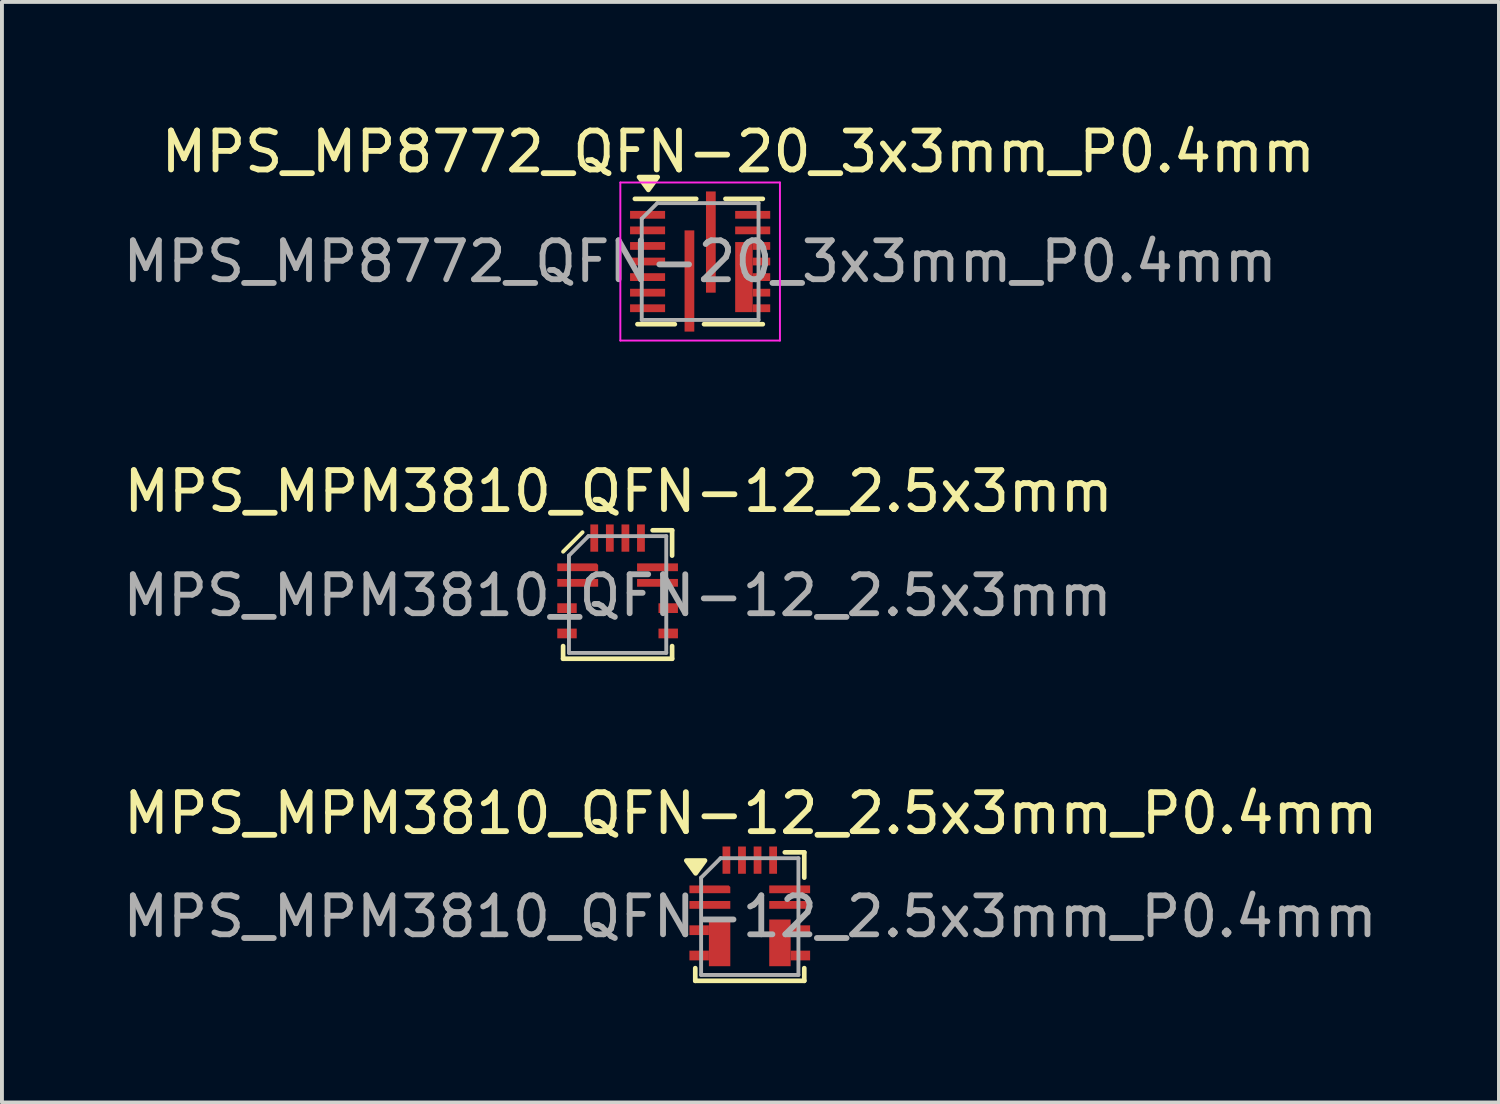
<source format=kicad_pcb>
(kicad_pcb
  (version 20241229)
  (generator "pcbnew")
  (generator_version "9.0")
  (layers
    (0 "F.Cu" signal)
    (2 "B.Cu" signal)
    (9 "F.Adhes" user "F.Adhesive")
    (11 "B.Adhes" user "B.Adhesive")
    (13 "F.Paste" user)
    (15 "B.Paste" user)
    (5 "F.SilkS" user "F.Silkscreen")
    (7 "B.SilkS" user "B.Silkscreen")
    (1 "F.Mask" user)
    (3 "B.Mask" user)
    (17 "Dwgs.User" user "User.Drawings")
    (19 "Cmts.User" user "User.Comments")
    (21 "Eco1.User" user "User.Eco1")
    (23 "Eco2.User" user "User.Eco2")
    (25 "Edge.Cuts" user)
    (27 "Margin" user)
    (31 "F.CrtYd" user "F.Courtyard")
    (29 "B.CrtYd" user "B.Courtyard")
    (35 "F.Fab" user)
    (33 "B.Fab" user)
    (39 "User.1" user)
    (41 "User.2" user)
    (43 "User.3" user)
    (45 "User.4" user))
  (footprint "MPS_MPM3810_QFN-12_2.5x3mm_P0.4mm"
    (layer "F.Cu")
    (at 16.21 20.495)
    (property "Reference" "MPS_MPM3810_QFN-12_2.5x3mm_P0.4mm" (at 0.025 -2.65 0) (unlocked yes) (layer "F.SilkS") (effects (font (size 1 1) (thickness 0.15))))
    (attr smd)
    (fp_poly (pts (xy -1.05 1.275) (xy -0.5 1.275) (xy -0.5 0.075) (xy -1.05 0.075)) (stroke (width 0) (type solid)) (fill yes) (layer "F.Cu"))
    (fp_poly (pts (xy 0.5 0.075) (xy 1.05 0.075) (xy 1.05 1.275) (xy 0.5 1.275)) (stroke (width 0) (type solid)) (fill yes) (layer "F.Cu"))
    (fp_line (start -1.4 1.325) (end -1.4 1.65) (stroke (width 0.12) (type solid)) (layer "F.SilkS"))
    (fp_line (start -1.4 1.65) (end 1.4 1.65) (stroke (width 0.12) (type solid)) (layer "F.SilkS"))
    (fp_line (start 1.4 -1.65) (end 0.9 -1.65) (stroke (width 0.12) (type solid)) (layer "F.SilkS"))
    (fp_line (start 1.4 -1) (end 1.4 -1.65) (stroke (width 0.12) (type solid)) (layer "F.SilkS"))
    (fp_line (start 1.4 1.65) (end 1.4 1.325) (stroke (width 0.12) (type solid)) (layer "F.SilkS"))
    (fp_poly (pts (xy -1.39 -1.11) (xy -1.63 -1.44) (xy -1.15 -1.44) (xy -1.39 -1.11)) (stroke (width 0.12) (type solid)) (fill yes) (layer "F.SilkS"))
    (fp_line (start -1.8 -2.05) (end -1.8 1.75) (stroke (width 0.05) (type default)) (layer "Margin"))
    (fp_line (start -1.8 -2.05) (end 1.8 -2.05) (stroke (width 0.05) (type default)) (layer "Margin"))
    (fp_line (start -1.8 1.75) (end 1.8 1.75) (stroke (width 0.05) (type default)) (layer "Margin"))
    (fp_line (start 1.8 1.75) (end 1.8 -2.05) (stroke (width 0.05) (type default)) (layer "Margin"))
    (fp_line (start -1.25 -1) (end -1.25 1.5) (stroke (width 0.1) (type solid)) (layer "F.Fab"))
    (fp_line (start -1.25 -1) (end -0.75 -1.5) (stroke (width 0.1) (type default)) (layer "F.Fab"))
    (fp_line (start -1.25 1.5) (end 1.25 1.5) (stroke (width 0.1) (type solid)) (layer "F.Fab"))
    (fp_line (start 1.25 -1.5) (end -0.75 -1.5) (stroke (width 0.1) (type solid)) (layer "F.Fab"))
    (fp_line (start 1.25 1.5) (end 1.25 -1.5) (stroke (width 0.1) (type solid)) (layer "F.Fab"))
    (fp_text user "${REFERENCE}" (at 0.01 0 0) (unlocked yes) (layer "F.Fab") (effects (font (size 1 1) (thickness 0.15))))
    (pad "1" smd roundrect (at -1.025 -0.7) (size 1.05 0.2) (layers "F.Cu" "F.Mask" "F.Paste") (roundrect_rratio 0) (chamfer_ratio 0.2) (chamfer top_right))
    (pad "2" smd rect (at -1.025 -0.3) (size 1.05 0.2) (layers "F.Cu" "F.Mask" "F.Paste"))
    (pad "3" smd rect (at -1.3 0.35) (size 0.5 0.25) (layers "F.Cu" "F.Mask" "F.Paste"))
    (pad "4" smd custom (at -1.3 1) (size 0.5 0.25) (layers "F.Cu" "F.Mask" "F.Paste") (options (anchor rect)) (primitives (gr_bbox (start 0.25 -0.925) (end 0.8 0.275) (fill yes))))
    (pad "5" smd custom (at 1.3 1) (size 0.5 0.25) (layers "F.Cu" "F.Mask" "F.Paste") (options (anchor rect)) (primitives (gr_bbox (start -0.8 -0.925) (end -0.25 0.275) (fill yes))))
    (pad "6" smd rect (at 1.3 0.35) (size 0.5 0.25) (layers "F.Cu" "F.Mask" "F.Paste"))
    (pad "7" smd rect (at 1.025 -0.3) (size 1.05 0.2) (layers "F.Cu" "F.Mask" "F.Paste"))
    (pad "8" smd rect (at 1.025 -0.7) (size 1.05 0.2) (layers "F.Cu" "F.Mask" "F.Paste"))
    (pad "9" smd rect (at 0.6 -1.45 90) (size 0.7 0.2) (layers "F.Cu" "F.Mask" "F.Paste"))
    (pad "10" smd rect (at 0.2 -1.45 90) (size 0.7 0.2) (layers "F.Cu" "F.Mask" "F.Paste"))
    (pad "11" smd rect (at -0.2 -1.45 90) (size 0.7 0.2) (layers "F.Cu" "F.Mask" "F.Paste"))
    (pad "12" smd rect (at -0.6 -1.45 90) (size 0.7 0.2) (layers "F.Cu" "F.Mask" "F.Paste"))
    (zone (net_name "") (layer "F.Cu") (hatch full 0.508) (connect_pads) (min_thickness 0.254) (filled_areas_thickness no) (keepout (tracks not_allowed) (vias not_allowed) (pads allowed) (copperpour not_allowed) (footprints allowed)) (placement (enabled no)) (fill) (polygon (pts (xy 16.67 19.425) (xy 15.75 19.425) (xy 15.75 19.965) (xy 16.67 19.965)))))
  (footprint "MPS_MP8772_QFN-20_3x3mm_P0.4mm"
    (layer "F.Cu")
    (at 14.935 3.668)
    (property "Reference" "MPS_MP8772_QFN-20_3x3mm_P0.4mm" (at 0.98 -2.82 0) (unlocked yes) (layer "F.SilkS") (effects (font (size 1 1) (thickness 0.15))))
    (attr smd)
    (fp_rect (start 0.9 -0.5) (end 1.35 1.3) (stroke (width 0) (type default)) (fill yes) (layer "F.Cu"))
    (fp_line (start -1.61 1.61) (end -0.65 1.61) (stroke (width 0.12) (type solid)) (layer "F.SilkS"))
    (fp_line (start -0.1 -1.61) (end -1.676 -1.61) (stroke (width 0.12) (type solid)) (layer "F.SilkS"))
    (fp_line (start 0.1 1.61) (end 1.61 1.61) (stroke (width 0.12) (type solid)) (layer "F.SilkS"))
    (fp_line (start 1.61 -1.61) (end 0.65 -1.61) (stroke (width 0.12) (type solid)) (layer "F.SilkS"))
    (fp_poly (pts (xy -1.33 -1.84) (xy -1.57 -2.17) (xy -1.09 -2.17) (xy -1.33 -1.84)) (stroke (width 0.12) (type solid)) (fill yes) (layer "F.SilkS"))
    (fp_line (start -2.05 -2.03) (end -2.05 2.03) (stroke (width 0.05) (type solid)) (layer "F.CrtYd"))
    (fp_line (start -2.05 2.03) (end 2.05 2.03) (stroke (width 0.05) (type solid)) (layer "F.CrtYd"))
    (fp_line (start 2.049 -2.03) (end -2.049 -2.03) (stroke (width 0.05) (type solid)) (layer "F.CrtYd"))
    (fp_line (start 2.05 2.03) (end 2.05 -2.03) (stroke (width 0.05) (type solid)) (layer "F.CrtYd"))
    (fp_line (start -1.5 -1.1) (end -1.5 1.5) (stroke (width 0.1) (type solid)) (layer "F.Fab"))
    (fp_line (start -1.5 1.5) (end 1.5 1.5) (stroke (width 0.1) (type solid)) (layer "F.Fab"))
    (fp_line (start -1.1 -1.5) (end -1.5 -1.1) (stroke (width 0.1) (type default)) (layer "F.Fab"))
    (fp_line (start 1.5 -1.5) (end -1.1 -1.5) (stroke (width 0.1) (type solid)) (layer "F.Fab"))
    (fp_line (start 1.5 1.5) (end 1.5 -1.5) (stroke (width 0.1) (type solid)) (layer "F.Fab"))
    (fp_text user "${REFERENCE}" (at 0 0 0) (unlocked yes) (layer "F.Fab") (effects (font (size 1 1) (thickness 0.15))))
    (pad "1" smd rect (at -1.35 -1.2) (size 0.9 0.2) (layers "F.Cu" "F.Mask" "F.Paste"))
    (pad "2" smd rect (at -1.35 -0.8) (size 0.9 0.2) (layers "F.Cu" "F.Mask" "F.Paste"))
    (pad "3" smd rect (at -1.35 -0.4) (size 0.9 0.2) (layers "F.Cu" "F.Mask" "F.Paste"))
    (pad "4" smd rect (at -1.35 0) (size 0.9 0.2) (layers "F.Cu" "F.Mask" "F.Paste"))
    (pad "5" smd rect (at -1.35 0.4) (size 0.9 0.2) (layers "F.Cu" "F.Mask" "F.Paste"))
    (pad "6" smd rect (at -1.35 0.8) (size 0.9 0.2) (layers "F.Cu" "F.Mask" "F.Paste"))
    (pad "7" smd rect (at -1.35 1.2) (size 0.9 0.2) (layers "F.Cu" "F.Mask" "F.Paste"))
    (pad "8" smd rect (at -0.275 0.5) (size 0.25 2.6) (layers "F.Cu" "F.Mask" "F.Paste"))
    (pad "9" smd rect (at 1.575 1.2) (size 0.45 0.2) (layers "F.Cu" "F.Mask" "F.Paste"))
    (pad "10" smd rect (at 1.575 0.8) (size 0.45 0.2) (layers "F.Cu" "F.Mask" "F.Paste"))
    (pad "11" smd rect (at 1.575 0.4) (size 0.45 0.2) (layers "F.Cu" "F.Mask" "F.Paste"))
    (pad "12" smd rect (at 1.575 0) (size 0.45 0.2) (layers "F.Cu" "F.Mask" "F.Paste"))
    (pad "13" smd custom (at 1.575 -0.4) (size 0.45 0.2) (layers "F.Cu" "F.Mask" "F.Paste") (options (anchor rect)) (primitives (gr_bbox (start -0.675 -0.1) (end -0.225 0.1) (fill no))))
    (pad "14" smd rect (at 1.35 -0.8) (size 0.9 0.2) (layers "F.Cu" "F.Mask" "F.Paste"))
    (pad "15" smd rect (at 1.35 -1.2) (size 0.9 0.2) (layers "F.Cu" "F.Mask" "F.Paste"))
    (pad "16" smd rect (at 0.275 -0.5) (size 0.25 2.6) (layers "F.Cu" "F.Mask" "F.Paste")))
  (footprint "MPS_MPM3810_QFN-12_2.5x3mm"
    (layer "F.Cu")
    (at 12.815 12.222)
    (property "Reference" "MPS_MPM3810_QFN-12_2.5x3mm" (at 0.025 -2.65 0) (unlocked yes) (layer "F.SilkS") (effects (font (size 1 1) (thickness 0.15))))
    (attr smd)
    (fp_line (start -1.4 -1.1) (end -0.9 -1.6) (stroke (width 0.1) (type default)) (layer "F.SilkS"))
    (fp_line (start -1.4 1.325) (end -1.4 1.65) (stroke (width 0.12) (type solid)) (layer "F.SilkS"))
    (fp_line (start -1.4 1.65) (end 1.4 1.65) (stroke (width 0.12) (type solid)) (layer "F.SilkS"))
    (fp_line (start 1.4 -1.65) (end 0.9 -1.65) (stroke (width 0.12) (type solid)) (layer "F.SilkS"))
    (fp_line (start 1.4 -1) (end 1.4 -1.65) (stroke (width 0.12) (type solid)) (layer "F.SilkS"))
    (fp_line (start 1.4 1.65) (end 1.4 1.325) (stroke (width 0.12) (type solid)) (layer "F.SilkS"))
    (fp_line (start -1.8 -2.05) (end -1.8 1.75) (stroke (width 0.05) (type default)) (layer "Margin"))
    (fp_line (start -1.8 -2.05) (end 1.8 -2.05) (stroke (width 0.05) (type default)) (layer "Margin"))
    (fp_line (start -1.8 1.75) (end 1.8 1.75) (stroke (width 0.05) (type default)) (layer "Margin"))
    (fp_line (start 1.8 1.75) (end 1.8 -2.05) (stroke (width 0.05) (type default)) (layer "Margin"))
    (fp_line (start -1.25 -1) (end -1.25 1.5) (stroke (width 0.1) (type solid)) (layer "F.Fab"))
    (fp_line (start -1.25 -1) (end -0.75 -1.5) (stroke (width 0.1) (type default)) (layer "F.Fab"))
    (fp_line (start -1.25 1.5) (end 1.25 1.5) (stroke (width 0.1) (type solid)) (layer "F.Fab"))
    (fp_line (start 1.25 -1.5) (end -0.75 -1.5) (stroke (width 0.1) (type solid)) (layer "F.Fab"))
    (fp_line (start 1.25 1.5) (end 1.25 -1.5) (stroke (width 0.1) (type solid)) (layer "F.Fab"))
    (fp_text user "${REFERENCE}" (at 0 0.025 0) (unlocked yes) (layer "F.Fab") (effects (font (size 1 1) (thickness 0.15))))
    (pad "1" smd roundrect (at -1.025 -0.7) (size 1.05 0.2) (layers "F.Cu" "F.Mask" "F.Paste") (roundrect_rratio 0) (chamfer_ratio 0.2) (chamfer top_right))
    (pad "2" smd rect (at -1.025 -0.3) (size 1.05 0.2) (layers "F.Cu" "F.Mask" "F.Paste"))
    (pad "3" smd rect (at -1.3 0.35) (size 0.5 0.25) (layers "F.Cu" "F.Mask" "F.Paste"))
    (pad "4" smd custom (at -1.3 1) (size 0.5 0.25) (layers "F.Cu" "F.Mask" "F.Paste") (options (anchor rect)) (primitives (gr_bbox (start 0.25 -0.925) (end 0.8 0.275) (fill yes))))
    (pad "5" smd custom (at 1.3 1) (size 0.5 0.25) (layers "F.Cu" "F.Mask" "F.Paste") (options (anchor rect)) (primitives (gr_bbox (start -0.8 -0.925) (end -0.25 0.275) (fill yes))))
    (pad "6" smd rect (at 1.3 0.35) (size 0.5 0.25) (layers "F.Cu" "F.Mask" "F.Paste"))
    (pad "7" smd rect (at 1.025 -0.3) (size 1.05 0.2) (layers "F.Cu" "F.Mask" "F.Paste"))
    (pad "8" smd rect (at 1.025 -0.7) (size 1.05 0.2) (layers "F.Cu" "F.Mask" "F.Paste"))
    (pad "9" smd rect (at 0.6 -1.45 90) (size 0.7 0.2) (layers "F.Cu" "F.Mask" "F.Paste"))
    (pad "10" smd rect (at 0.2 -1.45 90) (size 0.7 0.2) (layers "F.Cu" "F.Mask" "F.Paste"))
    (pad "11" smd rect (at -0.2 -1.45 90) (size 0.7 0.2) (layers "F.Cu" "F.Mask" "F.Paste"))
    (pad "12" smd rect (at -0.6 -1.45 90) (size 0.7 0.2) (layers "F.Cu" "F.Mask" "F.Paste"))
    (zone (net_name "") (layer "F.Cu") (hatch full 0.508) (connect_pads) (min_thickness 0.254) (filled_areas_thickness no) (keepout (tracks not_allowed) (vias not_allowed) (pads allowed) (copperpour not_allowed) (footprints allowed)) (placement (enabled no)) (fill) (polygon (pts (xy 13.275 11.151) (xy 12.355 11.151) (xy 12.355 11.692) (xy 13.275 11.692)))))
  (gr_rect
    (start -3 -3)
    (end 35.455 25.27)
    (stroke (width 0.1) (type default))
    (fill no)
    (layer "Edge.Cuts")))
</source>
